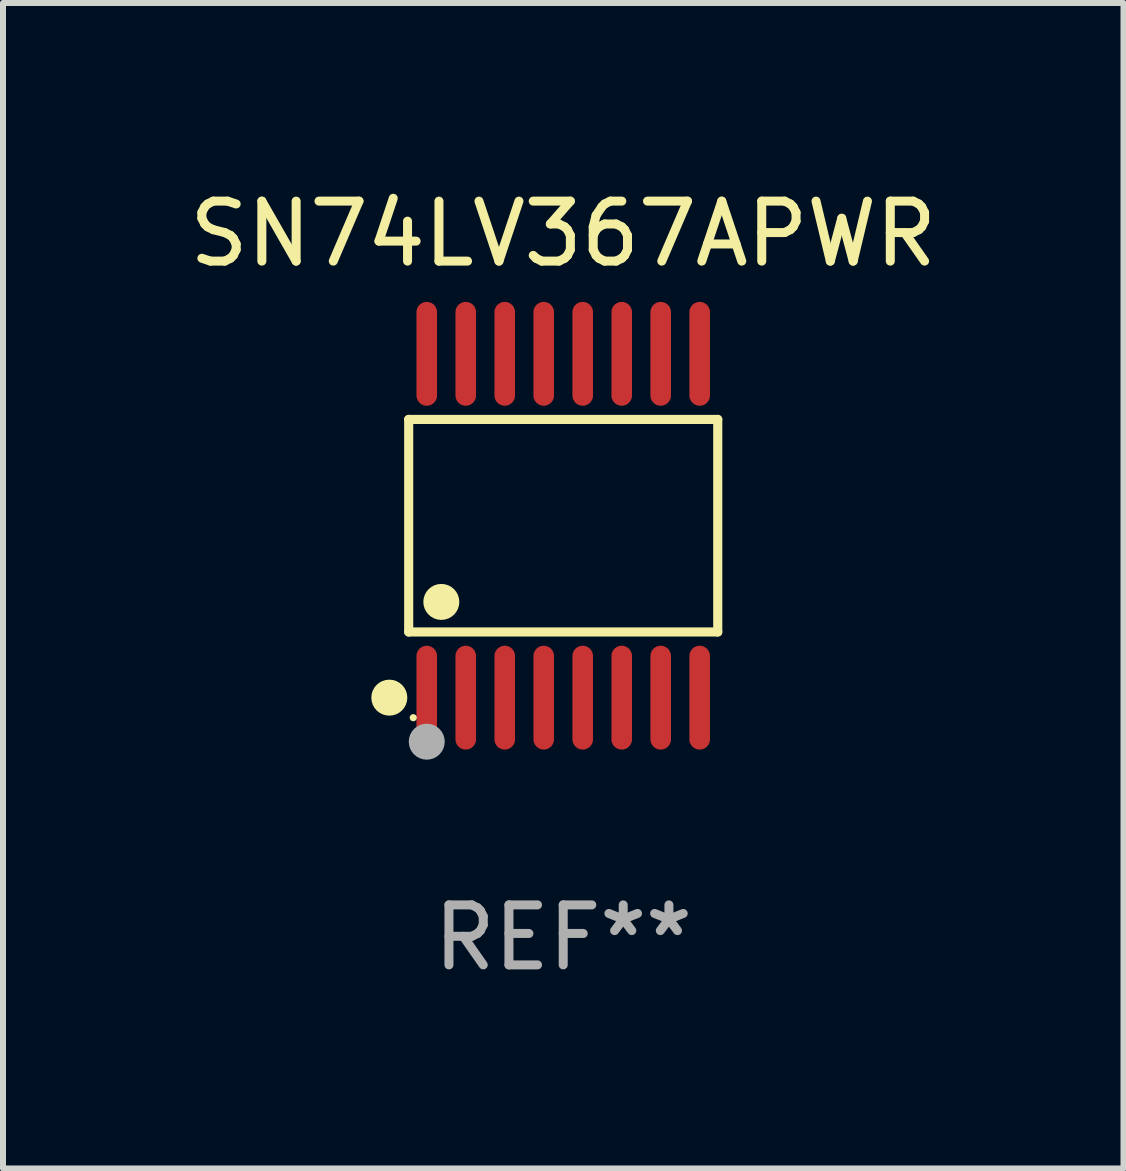
<source format=kicad_pcb>
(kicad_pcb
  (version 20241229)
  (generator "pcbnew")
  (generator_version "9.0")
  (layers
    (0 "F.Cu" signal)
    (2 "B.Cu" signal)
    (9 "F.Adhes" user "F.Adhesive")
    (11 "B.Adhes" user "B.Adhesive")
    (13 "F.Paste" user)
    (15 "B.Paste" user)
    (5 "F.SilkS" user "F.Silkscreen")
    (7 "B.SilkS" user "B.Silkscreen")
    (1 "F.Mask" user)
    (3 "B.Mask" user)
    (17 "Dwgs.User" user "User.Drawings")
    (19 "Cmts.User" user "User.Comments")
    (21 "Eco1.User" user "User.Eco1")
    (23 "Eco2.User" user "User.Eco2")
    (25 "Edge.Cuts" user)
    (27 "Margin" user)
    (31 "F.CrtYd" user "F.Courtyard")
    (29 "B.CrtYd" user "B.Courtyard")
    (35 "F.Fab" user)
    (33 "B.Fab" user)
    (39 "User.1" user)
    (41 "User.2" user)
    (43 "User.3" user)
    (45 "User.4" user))
  (footprint "SN74LV367APWR"
    (layer "F.Cu")
    (at 6.339 5.714)
    (property "Reference" "SN74LV367APWR" (at 0 -4.866 0) (layer "F.SilkS") (effects (font (size 1 1) (thickness 0.15))))
    (attr through_hole)
    (fp_line (start -2.576 -1.772) (end 2.576 -1.772) (stroke (width 0.152) (type solid)) (layer "F.SilkS"))
    (fp_line (start -2.576 1.771) (end -2.576 -1.772) (stroke (width 0.152) (type solid)) (layer "F.SilkS"))
    (fp_line (start 2.576 -1.772) (end 2.576 1.771) (stroke (width 0.152) (type solid)) (layer "F.SilkS"))
    (fp_line (start 2.576 1.771) (end -2.576 1.771) (stroke (width 0.152) (type solid)) (layer "F.SilkS"))
    (fp_circle (center -2.899 2.866) (end -2.749 2.866) (stroke (width 0.3) (type solid)) (fill no) (layer "F.SilkS"))
    (fp_circle (center -2.5 3.2) (end -2.47 3.2) (stroke (width 0.06) (type solid)) (fill no) (layer "F.SilkS"))
    (fp_circle (center -2.032 1.27) (end -1.882 1.27) (stroke (width 0.3) (type solid)) (fill no) (layer "F.SilkS"))
    (fp_circle (center -2.275 3.6) (end -2.125 3.6) (stroke (width 0.3) (type solid)) (fill no) (layer "F.Fab"))
    (fp_text user "REF**" (at 0 6.866 0) (layer "F.Fab") (effects (font (size 1 1) (thickness 0.15))))
    (pad "1" smd oval (at -2.275 2.866) (size 0.343 1.731) (layers "F.Cu" "F.Mask" "F.Paste"))
    (pad "2" smd oval (at -1.625 2.866) (size 0.343 1.731) (layers "F.Cu" "F.Mask" "F.Paste"))
    (pad "3" smd oval (at -0.975 2.866) (size 0.343 1.731) (layers "F.Cu" "F.Mask" "F.Paste"))
    (pad "4" smd oval (at -0.325 2.866) (size 0.343 1.731) (layers "F.Cu" "F.Mask" "F.Paste"))
    (pad "5" smd oval (at 0.325 2.866) (size 0.343 1.731) (layers "F.Cu" "F.Mask" "F.Paste"))
    (pad "6" smd oval (at 0.975 2.866) (size 0.343 1.731) (layers "F.Cu" "F.Mask" "F.Paste"))
    (pad "7" smd oval (at 1.625 2.866) (size 0.343 1.731) (layers "F.Cu" "F.Mask" "F.Paste"))
    (pad "8" smd oval (at 2.275 2.866) (size 0.343 1.731) (layers "F.Cu" "F.Mask" "F.Paste"))
    (pad "9" smd oval (at 2.275 -2.866) (size 0.343 1.731) (layers "F.Cu" "F.Mask" "F.Paste"))
    (pad "10" smd oval (at 1.625 -2.866) (size 0.343 1.731) (layers "F.Cu" "F.Mask" "F.Paste"))
    (pad "11" smd oval (at 0.975 -2.866) (size 0.343 1.731) (layers "F.Cu" "F.Mask" "F.Paste"))
    (pad "12" smd oval (at 0.325 -2.866) (size 0.343 1.731) (layers "F.Cu" "F.Mask" "F.Paste"))
    (pad "13" smd oval (at -0.325 -2.866) (size 0.343 1.731) (layers "F.Cu" "F.Mask" "F.Paste"))
    (pad "14" smd oval (at -0.975 -2.866) (size 0.343 1.731) (layers "F.Cu" "F.Mask" "F.Paste"))
    (pad "15" smd oval (at -1.625 -2.866) (size 0.343 1.731) (layers "F.Cu" "F.Mask" "F.Paste"))
    (pad "16" smd oval (at -2.275 -2.866) (size 0.343 1.731) (layers "F.Cu" "F.Mask" "F.Paste")))
  (gr_rect
    (start -3 -3)
    (end 15.679 16.428)
    (stroke (width 0.1) (type default))
    (fill no)
    (layer "Edge.Cuts")))
</source>
